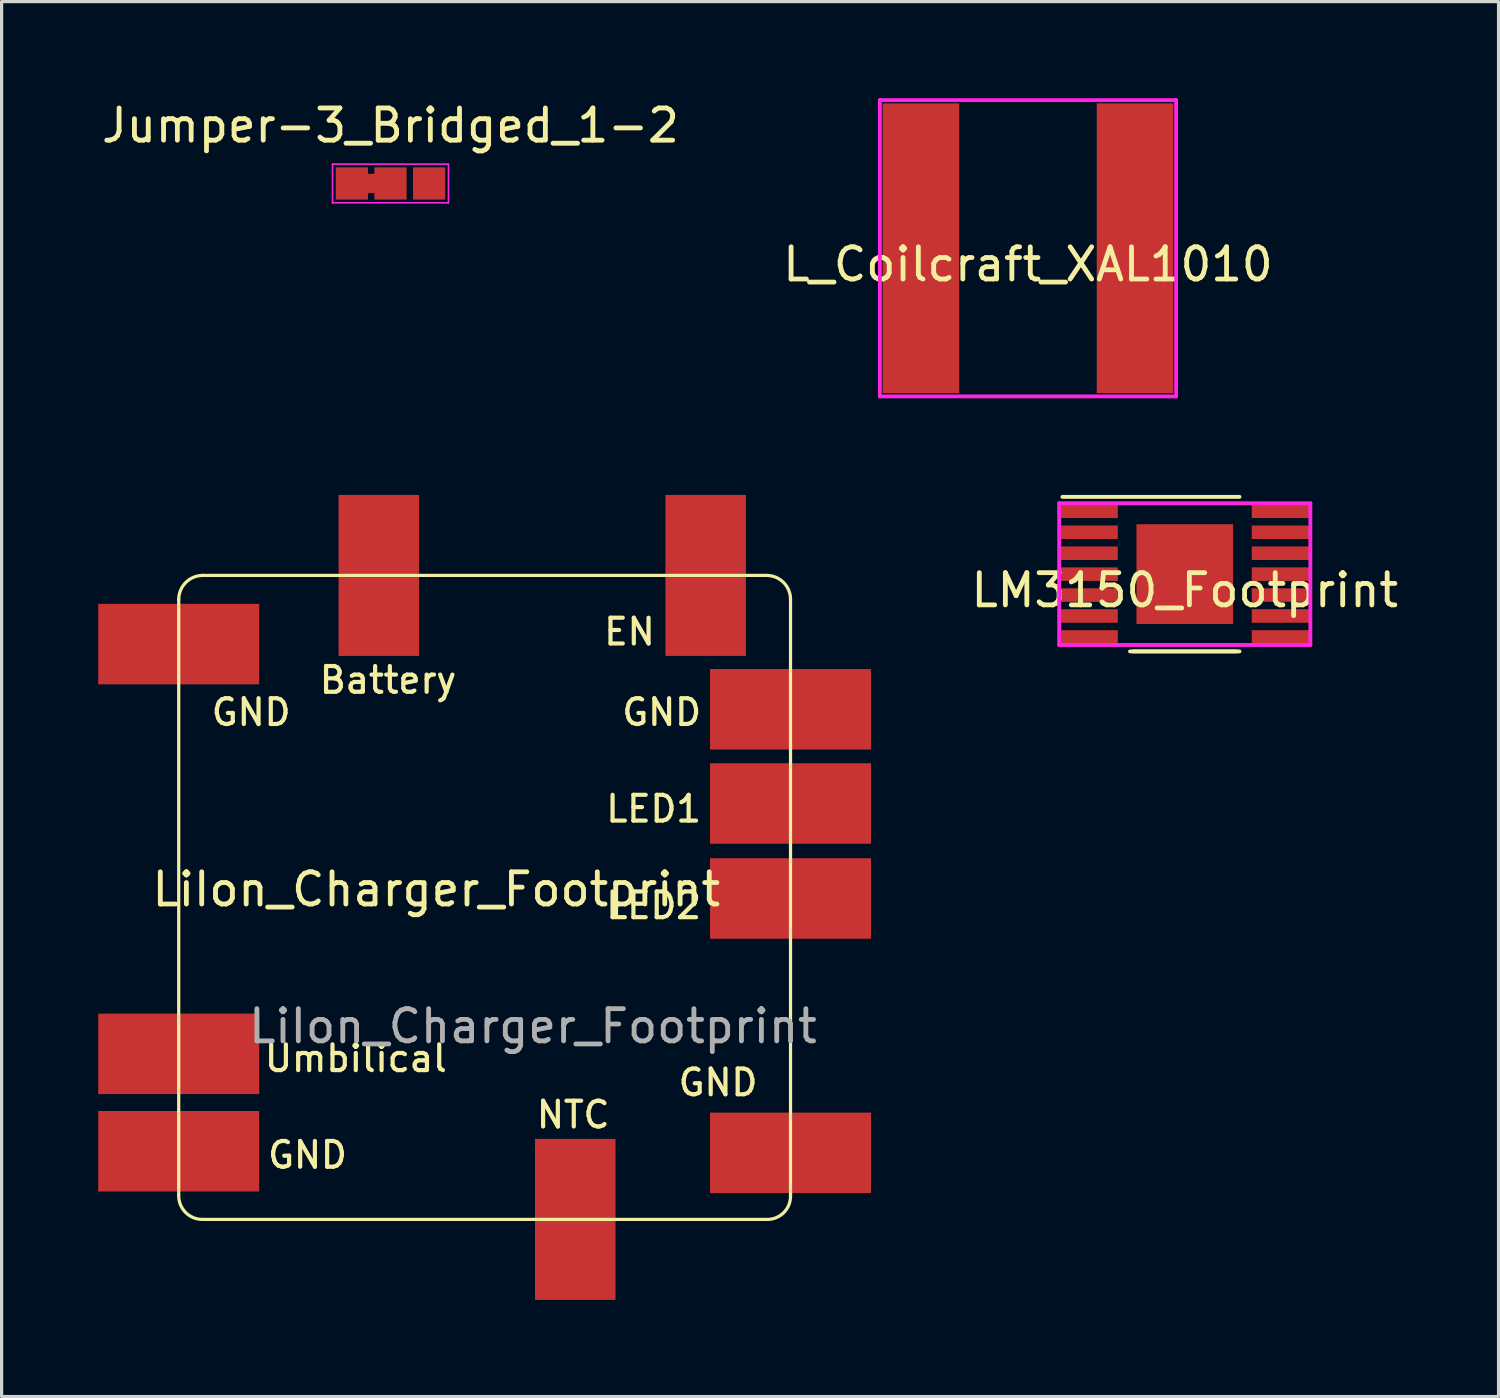
<source format=kicad_pcb>
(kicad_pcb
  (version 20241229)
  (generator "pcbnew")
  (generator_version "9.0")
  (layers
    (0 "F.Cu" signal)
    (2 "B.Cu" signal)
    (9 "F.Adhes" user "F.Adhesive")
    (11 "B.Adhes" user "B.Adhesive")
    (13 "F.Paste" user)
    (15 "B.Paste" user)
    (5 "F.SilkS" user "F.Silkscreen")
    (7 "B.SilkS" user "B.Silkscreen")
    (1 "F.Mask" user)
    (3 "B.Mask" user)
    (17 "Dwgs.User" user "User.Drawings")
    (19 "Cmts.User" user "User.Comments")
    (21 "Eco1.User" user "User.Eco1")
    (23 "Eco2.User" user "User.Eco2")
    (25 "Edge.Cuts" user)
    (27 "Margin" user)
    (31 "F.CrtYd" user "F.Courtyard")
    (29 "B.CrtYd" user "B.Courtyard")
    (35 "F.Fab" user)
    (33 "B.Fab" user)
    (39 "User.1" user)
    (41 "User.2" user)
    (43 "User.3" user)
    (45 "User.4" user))
  (footprint "LM3150_Footprint"
    (layer "F.Cu")
    (at 33.744 14.78)
    (property "Reference" "LM3150_Footprint" (at 0 0.5 0) (layer "F.SilkS") (effects (font (size 1 1) (thickness 0.15))))
    (attr through_hole)
    (fp_line (start -3.8 -2.4) (end 1.7 -2.4) (stroke (width 0.12) (type solid)) (layer "F.SilkS"))
    (fp_line (start -1.7 2.4) (end 1.6 2.4) (stroke (width 0.12) (type solid)) (layer "F.SilkS"))
    (fp_line (start 1.7 2.4) (end -1.6 2.4) (stroke (width 0.12) (type solid)) (layer "F.SilkS"))
    (fp_line (start -3.9 -2.2) (end -3.9 2.2) (stroke (width 0.12) (type solid)) (layer "F.CrtYd"))
    (fp_line (start -3.9 2.2) (end 3.9 2.2) (stroke (width 0.12) (type solid)) (layer "F.CrtYd"))
    (fp_line (start 3.9 -2.2) (end -3.9 -2.2) (stroke (width 0.12) (type solid)) (layer "F.CrtYd"))
    (fp_line (start 3.9 2.2) (end 3.9 -2.2) (stroke (width 0.12) (type solid)) (layer "F.CrtYd"))
    (pad "1" smd rect (at -2.97 -1.95) (size 1.78 0.42) (layers "F.Cu" "F.Mask" "F.Paste"))
    (pad "2" smd rect (at -2.97 -1.3) (size 1.78 0.42) (layers "F.Cu" "F.Mask" "F.Paste"))
    (pad "3" smd rect (at -2.97 -0.65) (size 1.78 0.42) (layers "F.Cu" "F.Mask" "F.Paste"))
    (pad "4" smd rect (at -2.97 0) (size 1.78 0.42) (layers "F.Cu" "F.Mask" "F.Paste"))
    (pad "5" smd rect (at -2.97 0.65) (size 1.78 0.42) (layers "F.Cu" "F.Mask" "F.Paste"))
    (pad "6" smd rect (at -2.97 1.3) (size 1.78 0.42) (layers "F.Cu" "F.Mask" "F.Paste"))
    (pad "7" smd rect (at -2.97 1.95) (size 1.78 0.42) (layers "F.Cu" "F.Mask" "F.Paste"))
    (pad "8" smd rect (at 2.97 1.95) (size 1.78 0.42) (layers "F.Cu" "F.Mask" "F.Paste"))
    (pad "9" smd rect (at 2.97 1.3) (size 1.78 0.42) (layers "F.Cu" "F.Mask" "F.Paste"))
    (pad "10" smd rect (at 2.97 0.65) (size 1.78 0.42) (layers "F.Cu" "F.Mask" "F.Paste"))
    (pad "11" smd rect (at 2.97 0) (size 1.78 0.42) (layers "F.Cu" "F.Mask" "F.Paste"))
    (pad "12" smd rect (at 2.97 -0.65) (size 1.78 0.42) (layers "F.Cu" "F.Mask" "F.Paste"))
    (pad "13" smd rect (at 2.97 -1.3) (size 1.78 0.42) (layers "F.Cu" "F.Mask" "F.Paste"))
    (pad "14" smd rect (at 2.97 -1.95) (size 1.78 0.42) (layers "F.Cu" "F.Mask" "F.Paste"))
    (pad "15" smd rect (at 0 0) (size 3 3.1) (layers "F.Cu" "F.Mask" "F.Paste")))
  (footprint "LiIon_Charger_Footprint"
    (layer "F.Cu")
    (at 2.5 14.82)
    (property "Reference" "LiIon_Charger_Footprint" (at 8 9.75 0) (unlocked yes) (layer "F.SilkS") (effects (font (size 1 1) (thickness 0.15))))
    (attr smd)
    (fp_line (start 0 0.75) (end 0 19.25) (stroke (width 0.1) (type solid)) (layer "F.SilkS"))
    (fp_line (start 0.75 20) (end 18.25 20) (stroke (width 0.1) (type solid)) (layer "F.SilkS"))
    (fp_line (start 18.25 0) (end 0.75 0) (stroke (width 0.1) (type solid)) (layer "F.SilkS"))
    (fp_line (start 19 19.25) (end 19 0.75) (stroke (width 0.1) (type solid)) (layer "F.SilkS"))
    (fp_arc (start 0 0.75) (mid 0.219286 0.219286) (end 0.75 0) (stroke (width 0.1) (type solid)) (layer "F.SilkS"))
    (fp_arc (start 0.75 20) (mid 0.215049 19.784951) (end 0 19.25) (stroke (width 0.1) (type solid)) (layer "F.SilkS"))
    (fp_arc (start 18.25 0) (mid 18.782443 0.217557) (end 19 0.75) (stroke (width 0.1) (type solid)) (layer "F.SilkS"))
    (fp_arc (start 19 19.25) (mid 18.789223 19.789223) (end 18.25 20) (stroke (width 0.1) (type solid)) (layer "F.SilkS"))
    (fp_text user "GND" (at 2.25 4.25 0) (unlocked yes) (layer "F.SilkS") (effects (font (size 0.8 0.8) (thickness 0.13))))
    (fp_text user "GND" (at 16.75 15.75 0) (unlocked yes) (layer "F.SilkS") (effects (font (size 0.8 0.8) (thickness 0.13))))
    (fp_text user "LED1" (at 14.75 7.25 0) (unlocked yes) (layer "F.SilkS") (effects (font (size 0.8 0.8) (thickness 0.13))))
    (fp_text user "Umbilical" (at 5.5 15 0) (unlocked yes) (layer "F.SilkS") (effects (font (size 0.8 0.8) (thickness 0.13))))
    (fp_text user "EN" (at 14 1.75 0) (unlocked yes) (layer "F.SilkS") (effects (font (size 0.8 0.8) (thickness 0.13))))
    (fp_text user "Battery" (at 6.5 3.25 0) (unlocked yes) (layer "F.SilkS") (effects (font (size 0.8 0.8) (thickness 0.13))))
    (fp_text user "GND" (at 15 4.25 0) (unlocked yes) (layer "F.SilkS") (effects (font (size 0.8 0.8) (thickness 0.13))))
    (fp_text user "NTC" (at 12.25 16.75 0) (unlocked yes) (layer "F.SilkS") (effects (font (size 0.8 0.8) (thickness 0.13))))
    (fp_text user "GND" (at 4 18 0) (unlocked yes) (layer "F.SilkS") (effects (font (size 0.8 0.8) (thickness 0.13))))
    (fp_text user "LED2" (at 14.75 10.25 0) (unlocked yes) (layer "F.SilkS") (effects (font (size 0.8 0.8) (thickness 0.13))))
    (fp_text user "${REFERENCE}" (at 11 14 0) (unlocked yes) (layer "F.Fab") (effects (font (size 1 1) (thickness 0.15))))
    (pad "1" smd rect (at 0 2.133) (size 5 2.5) (layers "F.Cu" "F.Mask" "F.Paste"))
    (pad "2" smd rect (at 6.215 0 90) (size 5 2.5) (layers "F.Cu" "F.Mask" "F.Paste"))
    (pad "3" smd rect (at 16.365 0 90) (size 5 2.5) (layers "F.Cu" "F.Mask" "F.Paste"))
    (pad "4" smd rect (at 19 4.158 180) (size 5 2.5) (layers "F.Cu" "F.Mask" "F.Paste"))
    (pad "5" smd rect (at 19 7.083 180) (size 5 2.5) (layers "F.Cu" "F.Mask" "F.Paste"))
    (pad "6" smd rect (at 19 10.033 180) (size 5 2.5) (layers "F.Cu" "F.Mask" "F.Paste"))
    (pad "7" smd rect (at 19 17.933 180) (size 5 2.5) (layers "F.Cu" "F.Mask" "F.Paste"))
    (pad "8" smd rect (at 12.315 20 270) (size 5 2.5) (layers "F.Cu" "F.Mask" "F.Paste"))
    (pad "9" smd rect (at 0 17.883) (size 5 2.5) (layers "F.Cu" "F.Mask" "F.Paste"))
    (pad "10" smd rect (at 0 14.858) (size 5 2.5) (layers "F.Cu" "F.Mask" "F.Paste")))
  (footprint "Jumper-3_Bridged_1-2"
    (layer "F.Cu")
    (at 9.077 2.648)
    (property "Reference" "Jumper-3_Bridged_1-2" (at 0 -1.8 0) (layer "F.SilkS") (effects (font (size 1 1) (thickness 0.15))))
    (attr exclude_from_pos_files exclude_from_bom)
    (fp_poly (pts (xy -0.9 -0.3) (xy -0.4 -0.3) (xy -0.4 0.3) (xy -0.9 0.3)) (stroke (width 0) (type solid)) (fill yes) (layer "F.Cu"))
    (fp_line (start -1.8 -0.6) (end -1.8 0.6) (stroke (width 0.05) (type solid)) (layer "F.CrtYd"))
    (fp_line (start -1.8 -0.6) (end 1.8 -0.6) (stroke (width 0.05) (type solid)) (layer "F.CrtYd"))
    (fp_line (start 1.8 0.6) (end -1.8 0.6) (stroke (width 0.05) (type solid)) (layer "F.CrtYd"))
    (fp_line (start 1.8 0.6) (end 1.8 -0.6) (stroke (width 0.05) (type solid)) (layer "F.CrtYd"))
    (pad "1" smd rect (at -1.2 0) (size 1 1) (layers "F.Cu" "F.Mask"))
    (pad "2" smd rect (at 0 0) (size 1 1) (layers "F.Cu" "F.Mask"))
    (pad "3" smd rect (at 1.2 0) (size 1 1) (layers "F.Cu" "F.Mask")))
  (footprint "L_Coilcraft_XAL1010"
    (layer "F.Cu")
    (at 28.875 4.66)
    (property "Reference" "L_Coilcraft_XAL1010" (at 0 0.5 0) (layer "F.SilkS") (effects (font (size 1 1) (thickness 0.15))))
    (attr through_hole)
    (fp_line (start -4.6 -4.6) (end -4.6 4.6) (stroke (width 0.12) (type solid)) (layer "F.CrtYd"))
    (fp_line (start -4.6 4.6) (end 4.6 4.6) (stroke (width 0.12) (type solid)) (layer "F.CrtYd"))
    (fp_line (start 4.6 -4.6) (end -4.6 -4.6) (stroke (width 0.12) (type solid)) (layer "F.CrtYd"))
    (fp_line (start 4.6 4.6) (end 4.6 -4.6) (stroke (width 0.12) (type solid)) (layer "F.CrtYd"))
    (pad "1" smd rect (at 3.325 0) (size 2.38 9) (layers "F.Cu" "F.Mask" "F.Paste"))
    (pad "2" smd rect (at -3.325 0) (size 2.38 9) (layers "F.Cu" "F.Mask" "F.Paste")))
  (gr_rect
    (start -3 -3)
    (end 43.488 40.32)
    (stroke (width 0.1) (type default))
    (fill no)
    (layer "Edge.Cuts")))
</source>
